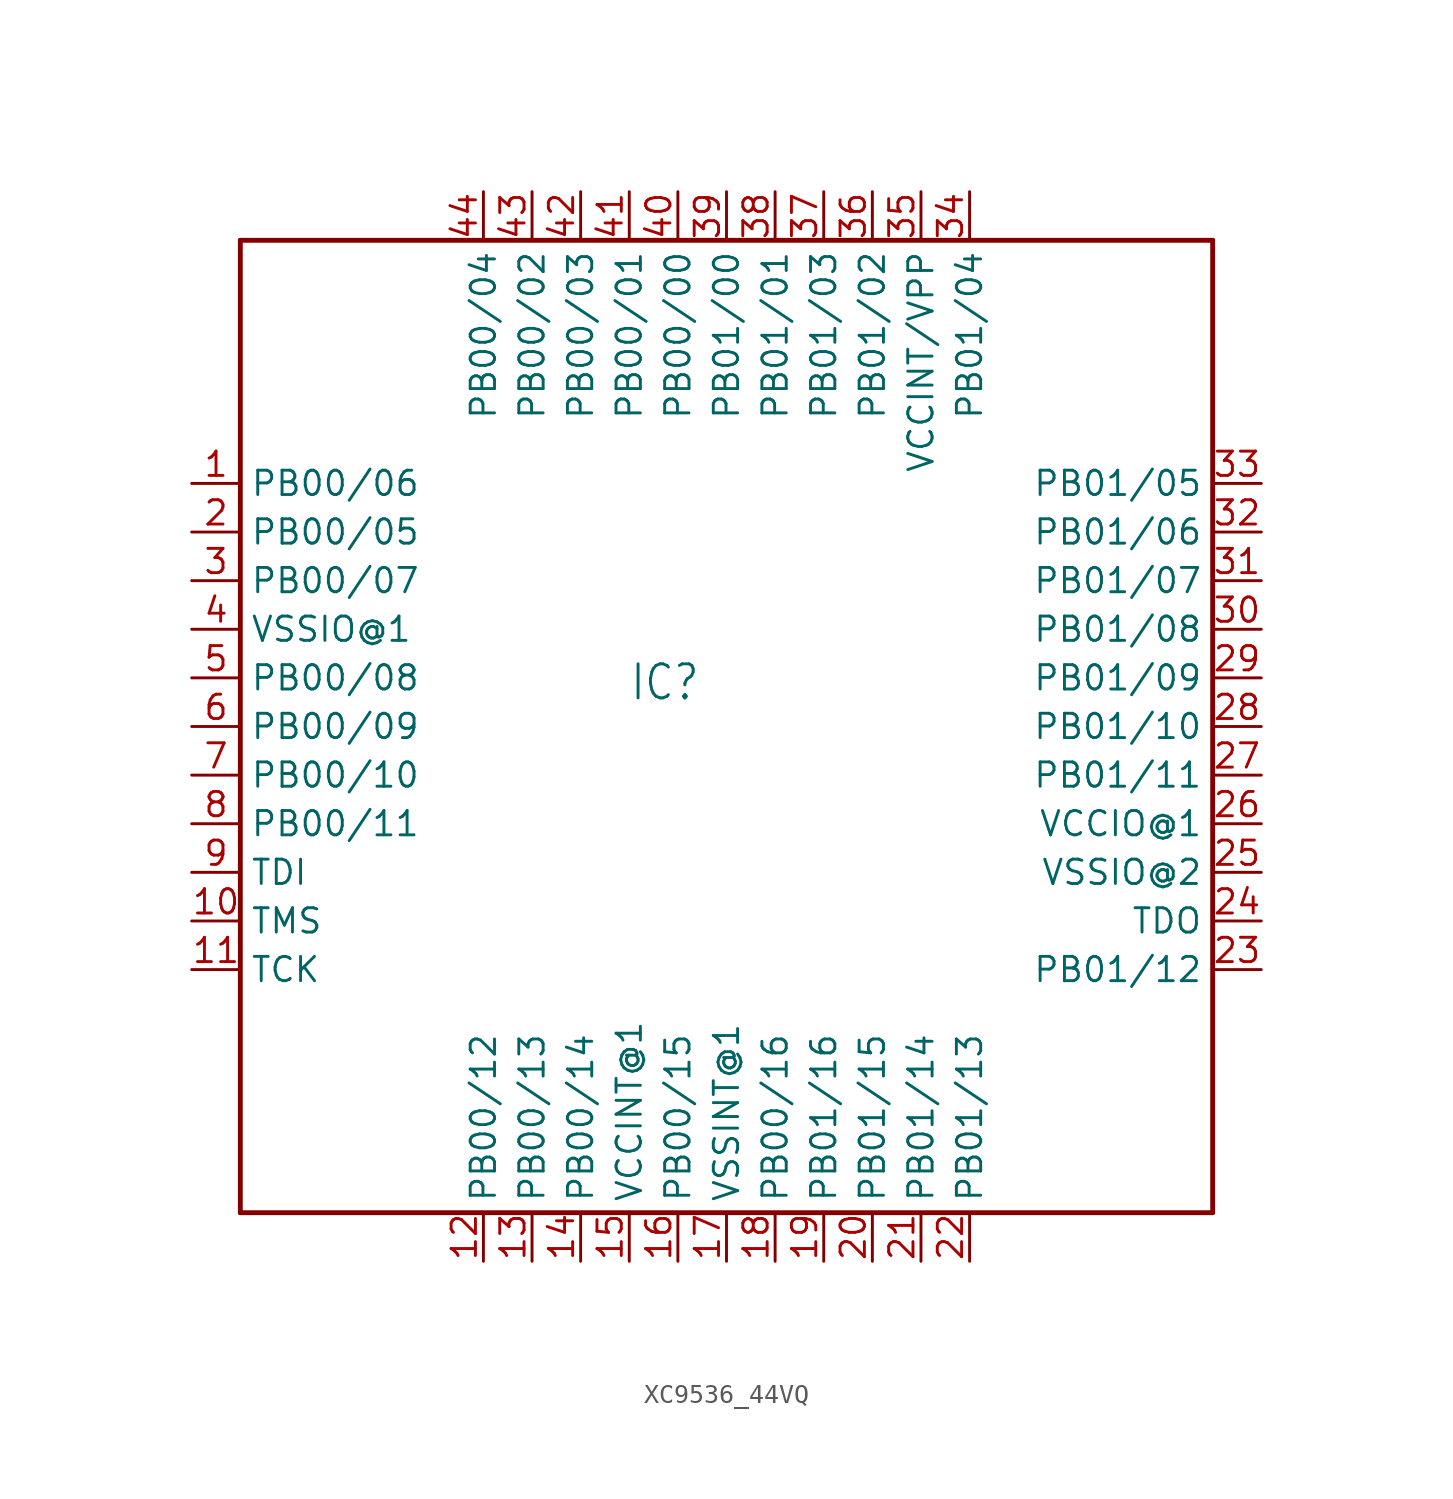
<source format=kicad_sym>
(kicad_symbol_lib
  (version 20220914)
  (generator kicad_symbol_editor)
  (symbol "XC9536_44VQ"
    (property "Reference" "IC"
      (at -5.08 1.27 0)
      (effects (font (size 1.778 1.511)) (justify left bottom)))
    (property "Value" ""
      (at -5.08 -2.54 0)
      (effects (font (size 1.778 1.511)) (justify left bottom)))
    (property "ki_locked" ""
      (at 0 0 0)
      (effects (font (size 1.27 1.27))))
    (symbol "XC9536_44VQ_1_0"
      (polyline (pts (xy -25.4 -25.4) (xy 25.4 -25.4)) (stroke (width 0.254) (type solid)) (fill (type none)))
      (polyline (pts (xy -25.4 25.4) (xy -25.4 -25.4)) (stroke (width 0.254) (type solid)) (fill (type none)))
      (polyline (pts (xy 25.4 -25.4) (xy 25.4 25.4)) (stroke (width 0.254) (type solid)) (fill (type none)))
      (polyline (pts (xy 25.4 25.4) (xy -25.4 25.4)) (stroke (width 0.254) (type solid)) (fill (type none)))
      (pin bidirectional line (at -27.94 12.7 0) (length 2.54) (name "PB00/06" (effects (font (size 1.27 1.27)))) (number "1" (effects (font (size 1.27 1.27)))))
      (pin input line (at -27.94 -10.16 0) (length 2.54) (name "TMS" (effects (font (size 1.27 1.27)))) (number "10" (effects (font (size 1.27 1.27)))))
      (pin input line (at -27.94 -12.7 0) (length 2.54) (name "TCK" (effects (font (size 1.27 1.27)))) (number "11" (effects (font (size 1.27 1.27)))))
      (pin bidirectional line (at -12.7 -27.94 90) (length 2.54) (name "PB00/12" (effects (font (size 1.27 1.27)))) (number "12" (effects (font (size 1.27 1.27)))))
      (pin bidirectional line (at -10.16 -27.94 90) (length 2.54) (name "PB00/13" (effects (font (size 1.27 1.27)))) (number "13" (effects (font (size 1.27 1.27)))))
      (pin bidirectional line (at -7.62 -27.94 90) (length 2.54) (name "PB00/14" (effects (font (size 1.27 1.27)))) (number "14" (effects (font (size 1.27 1.27)))))
      (pin power_in line (at -5.08 -27.94 90) (length 2.54) (name "VCCINT@1" (effects (font (size 1.27 1.27)))) (number "15" (effects (font (size 1.27 1.27)))))
      (pin bidirectional line (at -2.54 -27.94 90) (length 2.54) (name "PB00/15" (effects (font (size 1.27 1.27)))) (number "16" (effects (font (size 1.27 1.27)))))
      (pin power_in line (at 0 -27.94 90) (length 2.54) (name "VSSINT@1" (effects (font (size 1.27 1.27)))) (number "17" (effects (font (size 1.27 1.27)))))
      (pin bidirectional line (at 2.54 -27.94 90) (length 2.54) (name "PB00/16" (effects (font (size 1.27 1.27)))) (number "18" (effects (font (size 1.27 1.27)))))
      (pin bidirectional line (at 5.08 -27.94 90) (length 2.54) (name "PB01/16" (effects (font (size 1.27 1.27)))) (number "19" (effects (font (size 1.27 1.27)))))
      (pin bidirectional line (at -27.94 10.16 0) (length 2.54) (name "PB00/05" (effects (font (size 1.27 1.27)))) (number "2" (effects (font (size 1.27 1.27)))))
      (pin bidirectional line (at 7.62 -27.94 90) (length 2.54) (name "PB01/15" (effects (font (size 1.27 1.27)))) (number "20" (effects (font (size 1.27 1.27)))))
      (pin bidirectional line (at 10.16 -27.94 90) (length 2.54) (name "PB01/14" (effects (font (size 1.27 1.27)))) (number "21" (effects (font (size 1.27 1.27)))))
      (pin bidirectional line (at 12.7 -27.94 90) (length 2.54) (name "PB01/13" (effects (font (size 1.27 1.27)))) (number "22" (effects (font (size 1.27 1.27)))))
      (pin bidirectional line (at 27.94 -12.7 180) (length 2.54) (name "PB01/12" (effects (font (size 1.27 1.27)))) (number "23" (effects (font (size 1.27 1.27)))))
      (pin output line (at 27.94 -10.16 180) (length 2.54) (name "TDO" (effects (font (size 1.27 1.27)))) (number "24" (effects (font (size 1.27 1.27)))))
      (pin power_in line (at 27.94 -7.62 180) (length 2.54) (name "VSSIO@2" (effects (font (size 1.27 1.27)))) (number "25" (effects (font (size 1.27 1.27)))))
      (pin power_in line (at 27.94 -5.08 180) (length 2.54) (name "VCCIO@1" (effects (font (size 1.27 1.27)))) (number "26" (effects (font (size 1.27 1.27)))))
      (pin bidirectional line (at 27.94 -2.54 180) (length 2.54) (name "PB01/11" (effects (font (size 1.27 1.27)))) (number "27" (effects (font (size 1.27 1.27)))))
      (pin bidirectional line (at 27.94 0 180) (length 2.54) (name "PB01/10" (effects (font (size 1.27 1.27)))) (number "28" (effects (font (size 1.27 1.27)))))
      (pin bidirectional line (at 27.94 2.54 180) (length 2.54) (name "PB01/09" (effects (font (size 1.27 1.27)))) (number "29" (effects (font (size 1.27 1.27)))))
      (pin bidirectional line (at -27.94 7.62 0) (length 2.54) (name "PB00/07" (effects (font (size 1.27 1.27)))) (number "3" (effects (font (size 1.27 1.27)))))
      (pin bidirectional line (at 27.94 5.08 180) (length 2.54) (name "PB01/08" (effects (font (size 1.27 1.27)))) (number "30" (effects (font (size 1.27 1.27)))))
      (pin bidirectional line (at 27.94 7.62 180) (length 2.54) (name "PB01/07" (effects (font (size 1.27 1.27)))) (number "31" (effects (font (size 1.27 1.27)))))
      (pin bidirectional line (at 27.94 10.16 180) (length 2.54) (name "PB01/06" (effects (font (size 1.27 1.27)))) (number "32" (effects (font (size 1.27 1.27)))))
      (pin bidirectional line (at 27.94 12.7 180) (length 2.54) (name "PB01/05" (effects (font (size 1.27 1.27)))) (number "33" (effects (font (size 1.27 1.27)))))
      (pin bidirectional line (at 12.7 27.94 270) (length 2.54) (name "PB01/04" (effects (font (size 1.27 1.27)))) (number "34" (effects (font (size 1.27 1.27)))))
      (pin input line (at 10.16 27.94 270) (length 2.54) (name "VCCINT/VPP" (effects (font (size 1.27 1.27)))) (number "35" (effects (font (size 1.27 1.27)))))
      (pin bidirectional line (at 7.62 27.94 270) (length 2.54) (name "PB01/02" (effects (font (size 1.27 1.27)))) (number "36" (effects (font (size 1.27 1.27)))))
      (pin bidirectional line (at 5.08 27.94 270) (length 2.54) (name "PB01/03" (effects (font (size 1.27 1.27)))) (number "37" (effects (font (size 1.27 1.27)))))
      (pin bidirectional line (at 2.54 27.94 270) (length 2.54) (name "PB01/01" (effects (font (size 1.27 1.27)))) (number "38" (effects (font (size 1.27 1.27)))))
      (pin bidirectional line (at 0 27.94 270) (length 2.54) (name "PB01/00" (effects (font (size 1.27 1.27)))) (number "39" (effects (font (size 1.27 1.27)))))
      (pin power_in line (at -27.94 5.08 0) (length 2.54) (name "VSSIO@1" (effects (font (size 1.27 1.27)))) (number "4" (effects (font (size 1.27 1.27)))))
      (pin bidirectional line (at -2.54 27.94 270) (length 2.54) (name "PB00/00" (effects (font (size 1.27 1.27)))) (number "40" (effects (font (size 1.27 1.27)))))
      (pin bidirectional line (at -5.08 27.94 270) (length 2.54) (name "PB00/01" (effects (font (size 1.27 1.27)))) (number "41" (effects (font (size 1.27 1.27)))))
      (pin bidirectional line (at -7.62 27.94 270) (length 2.54) (name "PB00/03" (effects (font (size 1.27 1.27)))) (number "42" (effects (font (size 1.27 1.27)))))
      (pin bidirectional line (at -10.16 27.94 270) (length 2.54) (name "PB00/02" (effects (font (size 1.27 1.27)))) (number "43" (effects (font (size 1.27 1.27)))))
      (pin bidirectional line (at -12.7 27.94 270) (length 2.54) (name "PB00/04" (effects (font (size 1.27 1.27)))) (number "44" (effects (font (size 1.27 1.27)))))
      (pin bidirectional line (at -27.94 2.54 0) (length 2.54) (name "PB00/08" (effects (font (size 1.27 1.27)))) (number "5" (effects (font (size 1.27 1.27)))))
      (pin bidirectional line (at -27.94 0 0) (length 2.54) (name "PB00/09" (effects (font (size 1.27 1.27)))) (number "6" (effects (font (size 1.27 1.27)))))
      (pin bidirectional line (at -27.94 -2.54 0) (length 2.54) (name "PB00/10" (effects (font (size 1.27 1.27)))) (number "7" (effects (font (size 1.27 1.27)))))
      (pin bidirectional line (at -27.94 -5.08 0) (length 2.54) (name "PB00/11" (effects (font (size 1.27 1.27)))) (number "8" (effects (font (size 1.27 1.27)))))
      (pin input line (at -27.94 -7.62 0) (length 2.54) (name "TDI" (effects (font (size 1.27 1.27)))) (number "9" (effects (font (size 1.27 1.27))))))))
</source>
